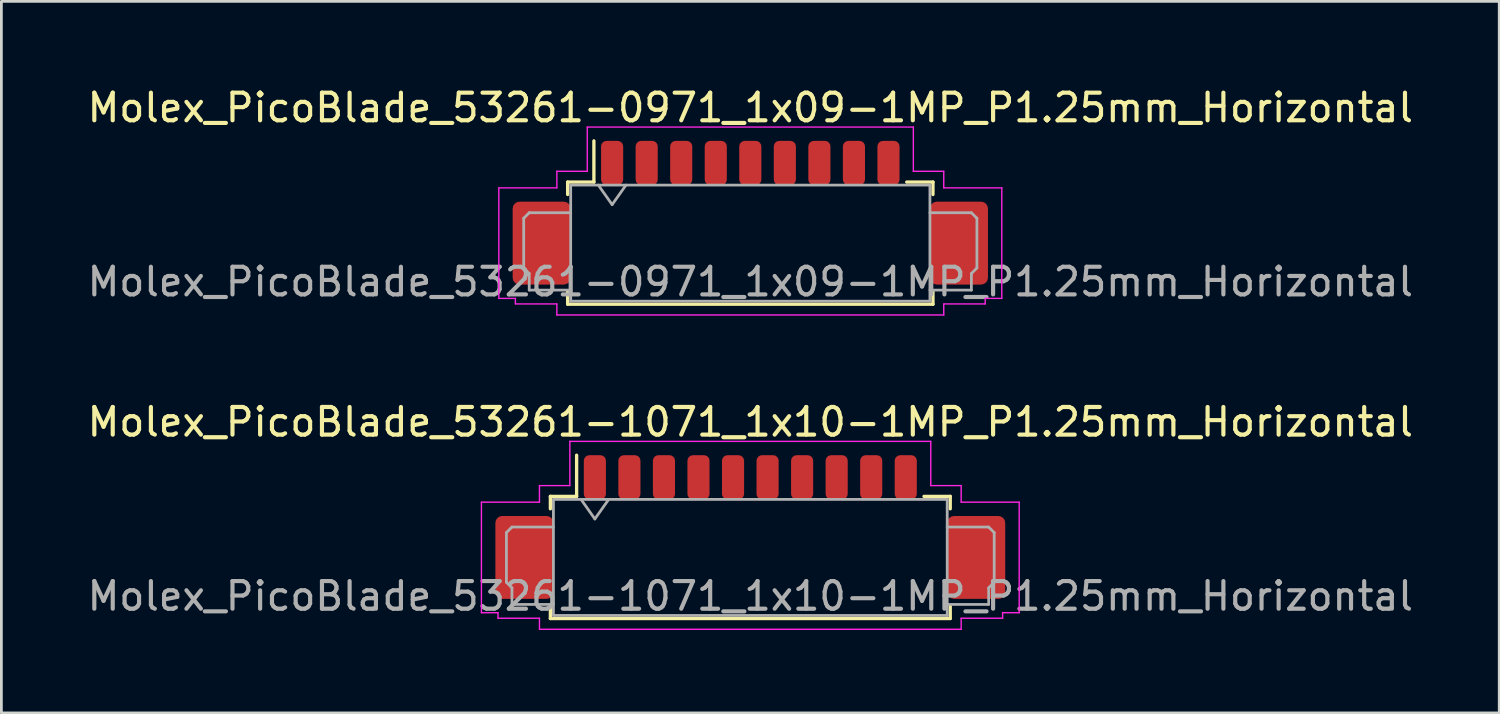
<source format=kicad_pcb>
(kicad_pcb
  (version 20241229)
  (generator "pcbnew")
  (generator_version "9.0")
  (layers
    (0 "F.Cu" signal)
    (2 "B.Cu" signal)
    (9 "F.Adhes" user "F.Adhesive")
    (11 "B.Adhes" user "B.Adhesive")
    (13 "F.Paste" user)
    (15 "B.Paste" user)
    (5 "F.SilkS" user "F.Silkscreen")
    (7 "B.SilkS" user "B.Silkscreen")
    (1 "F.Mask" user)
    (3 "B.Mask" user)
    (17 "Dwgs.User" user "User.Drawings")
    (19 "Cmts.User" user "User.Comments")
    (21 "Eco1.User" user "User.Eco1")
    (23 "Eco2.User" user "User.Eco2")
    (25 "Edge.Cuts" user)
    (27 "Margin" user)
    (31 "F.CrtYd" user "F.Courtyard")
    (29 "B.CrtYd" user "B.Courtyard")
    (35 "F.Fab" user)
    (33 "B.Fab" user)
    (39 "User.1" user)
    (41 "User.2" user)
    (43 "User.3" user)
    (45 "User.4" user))
  (footprint "Molex_PicoBlade_53261-1071_1x10-1MP_P1.25mm_Horizontal"
    (layer "F.Cu")
    (at 24.101 16.622)
    (property "Reference" "Molex_PicoBlade_53261-1071_1x10-1MP_P1.25mm_Horizontal" (at 0 -4.4 0) (layer "F.SilkS") (effects (font (size 1 1) (thickness 0.15))))
    (attr smd)
    (fp_line (start -7.235 -1.71) (end -6.285 -1.71) (stroke (width 0.12) (type solid)) (layer "F.SilkS"))
    (fp_line (start -7.235 -1.26) (end -7.235 -1.71) (stroke (width 0.12) (type solid)) (layer "F.SilkS"))
    (fp_line (start -7.235 2.26) (end -7.235 2.71) (stroke (width 0.12) (type solid)) (layer "F.SilkS"))
    (fp_line (start -7.235 2.71) (end 7.235 2.71) (stroke (width 0.12) (type solid)) (layer "F.SilkS"))
    (fp_line (start -6.285 -1.71) (end -6.285 -3.2) (stroke (width 0.12) (type solid)) (layer "F.SilkS"))
    (fp_line (start 7.235 -1.71) (end 6.285 -1.71) (stroke (width 0.12) (type solid)) (layer "F.SilkS"))
    (fp_line (start 7.235 -1.26) (end 7.235 -1.71) (stroke (width 0.12) (type solid)) (layer "F.SilkS"))
    (fp_line (start 7.235 2.71) (end 7.235 2.26) (stroke (width 0.12) (type solid)) (layer "F.SilkS"))
    (fp_line (start -9.73 -1.5) (end -7.63 -1.5) (stroke (width 0.05) (type solid)) (layer "F.CrtYd"))
    (fp_line (start -9.73 2.5) (end -9.73 -1.5) (stroke (width 0.05) (type solid)) (layer "F.CrtYd"))
    (fp_line (start -9.13 2.5) (end -9.73 2.5) (stroke (width 0.05) (type solid)) (layer "F.CrtYd"))
    (fp_line (start -9.13 2.7) (end -9.13 2.5) (stroke (width 0.05) (type solid)) (layer "F.CrtYd"))
    (fp_line (start -7.63 -2.1) (end -6.53 -2.1) (stroke (width 0.05) (type solid)) (layer "F.CrtYd"))
    (fp_line (start -7.63 -1.5) (end -7.63 -2.1) (stroke (width 0.05) (type solid)) (layer "F.CrtYd"))
    (fp_line (start -7.63 2.7) (end -9.13 2.7) (stroke (width 0.05) (type solid)) (layer "F.CrtYd"))
    (fp_line (start -7.63 3.1) (end -7.63 2.7) (stroke (width 0.05) (type solid)) (layer "F.CrtYd"))
    (fp_line (start -6.53 -3.7) (end 6.53 -3.7) (stroke (width 0.05) (type solid)) (layer "F.CrtYd"))
    (fp_line (start -6.53 -2.1) (end -6.53 -3.7) (stroke (width 0.05) (type solid)) (layer "F.CrtYd"))
    (fp_line (start 6.53 -3.7) (end 6.53 -2.1) (stroke (width 0.05) (type solid)) (layer "F.CrtYd"))
    (fp_line (start 6.53 -2.1) (end 7.63 -2.1) (stroke (width 0.05) (type solid)) (layer "F.CrtYd"))
    (fp_line (start 7.63 -2.1) (end 7.63 -1.5) (stroke (width 0.05) (type solid)) (layer "F.CrtYd"))
    (fp_line (start 7.63 -1.5) (end 9.73 -1.5) (stroke (width 0.05) (type solid)) (layer "F.CrtYd"))
    (fp_line (start 7.63 2.7) (end 7.63 3.1) (stroke (width 0.05) (type solid)) (layer "F.CrtYd"))
    (fp_line (start 7.63 3.1) (end -7.63 3.1) (stroke (width 0.05) (type solid)) (layer "F.CrtYd"))
    (fp_line (start 9.13 2.5) (end 9.13 2.7) (stroke (width 0.05) (type solid)) (layer "F.CrtYd"))
    (fp_line (start 9.13 2.7) (end 7.63 2.7) (stroke (width 0.05) (type solid)) (layer "F.CrtYd"))
    (fp_line (start 9.73 -1.5) (end 9.73 2.5) (stroke (width 0.05) (type solid)) (layer "F.CrtYd"))
    (fp_line (start 9.73 2.5) (end 9.13 2.5) (stroke (width 0.05) (type solid)) (layer "F.CrtYd"))
    (fp_line (start -8.825 -0.4) (end -8.825 1.4) (stroke (width 0.1) (type solid)) (layer "F.Fab"))
    (fp_line (start -8.825 1.4) (end -8.625 1.6) (stroke (width 0.1) (type solid)) (layer "F.Fab"))
    (fp_line (start -8.625 -0.6) (end -8.825 -0.4) (stroke (width 0.1) (type solid)) (layer "F.Fab"))
    (fp_line (start -8.625 1.6) (end -8.625 2.2) (stroke (width 0.1) (type solid)) (layer "F.Fab"))
    (fp_line (start -8.625 2.2) (end -7.125 2.2) (stroke (width 0.1) (type solid)) (layer "F.Fab"))
    (fp_line (start -7.125 -1.6) (end -7.125 2.6) (stroke (width 0.1) (type solid)) (layer "F.Fab"))
    (fp_line (start -7.125 -1.6) (end 7.125 -1.6) (stroke (width 0.1) (type solid)) (layer "F.Fab"))
    (fp_line (start -7.125 -0.6) (end -8.625 -0.6) (stroke (width 0.1) (type solid)) (layer "F.Fab"))
    (fp_line (start -7.125 2.6) (end 7.125 2.6) (stroke (width 0.1) (type solid)) (layer "F.Fab"))
    (fp_line (start -6.125 -1.6) (end -5.625 -0.893) (stroke (width 0.1) (type solid)) (layer "F.Fab"))
    (fp_line (start -5.625 -0.893) (end -5.125 -1.6) (stroke (width 0.1) (type solid)) (layer "F.Fab"))
    (fp_line (start 7.125 -1.6) (end 7.125 2.6) (stroke (width 0.1) (type solid)) (layer "F.Fab"))
    (fp_line (start 7.125 -0.6) (end 8.625 -0.6) (stroke (width 0.1) (type solid)) (layer "F.Fab"))
    (fp_line (start 8.625 -0.6) (end 8.825 -0.4) (stroke (width 0.1) (type solid)) (layer "F.Fab"))
    (fp_line (start 8.625 1.6) (end 8.625 2.2) (stroke (width 0.1) (type solid)) (layer "F.Fab"))
    (fp_line (start 8.625 2.2) (end 7.125 2.2) (stroke (width 0.1) (type solid)) (layer "F.Fab"))
    (fp_line (start 8.825 -0.4) (end 8.825 1.4) (stroke (width 0.1) (type solid)) (layer "F.Fab"))
    (fp_line (start 8.825 1.4) (end 8.625 1.6) (stroke (width 0.1) (type solid)) (layer "F.Fab"))
    (fp_text user "${REFERENCE}" (at 0 1.9 0) (layer "F.Fab") (effects (font (size 1 1) (thickness 0.15))))
    (pad "1" smd roundrect (at -5.625 -2.4) (size 0.8 1.6) (layers "F.Cu" "F.Mask" "F.Paste") (roundrect_rratio 0.25))
    (pad "2" smd roundrect (at -4.375 -2.4) (size 0.8 1.6) (layers "F.Cu" "F.Mask" "F.Paste") (roundrect_rratio 0.25))
    (pad "3" smd roundrect (at -3.125 -2.4) (size 0.8 1.6) (layers "F.Cu" "F.Mask" "F.Paste") (roundrect_rratio 0.25))
    (pad "4" smd roundrect (at -1.875 -2.4) (size 0.8 1.6) (layers "F.Cu" "F.Mask" "F.Paste") (roundrect_rratio 0.25))
    (pad "5" smd roundrect (at -0.625 -2.4) (size 0.8 1.6) (layers "F.Cu" "F.Mask" "F.Paste") (roundrect_rratio 0.25))
    (pad "6" smd roundrect (at 0.625 -2.4) (size 0.8 1.6) (layers "F.Cu" "F.Mask" "F.Paste") (roundrect_rratio 0.25))
    (pad "7" smd roundrect (at 1.875 -2.4) (size 0.8 1.6) (layers "F.Cu" "F.Mask" "F.Paste") (roundrect_rratio 0.25))
    (pad "8" smd roundrect (at 3.125 -2.4) (size 0.8 1.6) (layers "F.Cu" "F.Mask" "F.Paste") (roundrect_rratio 0.25))
    (pad "9" smd roundrect (at 4.375 -2.4) (size 0.8 1.6) (layers "F.Cu" "F.Mask" "F.Paste") (roundrect_rratio 0.25))
    (pad "10" smd roundrect (at 5.625 -2.4) (size 0.8 1.6) (layers "F.Cu" "F.Mask" "F.Paste") (roundrect_rratio 0.25))
    (pad "MP" smd roundrect (at -8.175 0.5) (size 2.1 3) (layers "F.Cu" "F.Mask" "F.Paste") (roundrect_rratio 0.119))
    (pad "MP" smd roundrect (at 8.175 0.5) (size 2.1 3) (layers "F.Cu" "F.Mask" "F.Paste") (roundrect_rratio 0.119)))
  (footprint "Molex_PicoBlade_53261-0971_1x09-1MP_P1.25mm_Horizontal"
    (layer "F.Cu")
    (at 24.101 5.248)
    (property "Reference" "Molex_PicoBlade_53261-0971_1x09-1MP_P1.25mm_Horizontal" (at 0 -4.4 0) (layer "F.SilkS") (effects (font (size 1 1) (thickness 0.15))))
    (attr smd)
    (fp_line (start -6.61 -1.71) (end -5.66 -1.71) (stroke (width 0.12) (type solid)) (layer "F.SilkS"))
    (fp_line (start -6.61 -1.26) (end -6.61 -1.71) (stroke (width 0.12) (type solid)) (layer "F.SilkS"))
    (fp_line (start -6.61 2.26) (end -6.61 2.71) (stroke (width 0.12) (type solid)) (layer "F.SilkS"))
    (fp_line (start -6.61 2.71) (end 6.61 2.71) (stroke (width 0.12) (type solid)) (layer "F.SilkS"))
    (fp_line (start -5.66 -1.71) (end -5.66 -3.2) (stroke (width 0.12) (type solid)) (layer "F.SilkS"))
    (fp_line (start 6.61 -1.71) (end 5.66 -1.71) (stroke (width 0.12) (type solid)) (layer "F.SilkS"))
    (fp_line (start 6.61 -1.26) (end 6.61 -1.71) (stroke (width 0.12) (type solid)) (layer "F.SilkS"))
    (fp_line (start 6.61 2.71) (end 6.61 2.26) (stroke (width 0.12) (type solid)) (layer "F.SilkS"))
    (fp_line (start -9.1 -1.5) (end -7 -1.5) (stroke (width 0.05) (type solid)) (layer "F.CrtYd"))
    (fp_line (start -9.1 2.5) (end -9.1 -1.5) (stroke (width 0.05) (type solid)) (layer "F.CrtYd"))
    (fp_line (start -8.5 2.5) (end -9.1 2.5) (stroke (width 0.05) (type solid)) (layer "F.CrtYd"))
    (fp_line (start -8.5 2.7) (end -8.5 2.5) (stroke (width 0.05) (type solid)) (layer "F.CrtYd"))
    (fp_line (start -7 -2.1) (end -5.9 -2.1) (stroke (width 0.05) (type solid)) (layer "F.CrtYd"))
    (fp_line (start -7 -1.5) (end -7 -2.1) (stroke (width 0.05) (type solid)) (layer "F.CrtYd"))
    (fp_line (start -7 2.7) (end -8.5 2.7) (stroke (width 0.05) (type solid)) (layer "F.CrtYd"))
    (fp_line (start -7 3.1) (end -7 2.7) (stroke (width 0.05) (type solid)) (layer "F.CrtYd"))
    (fp_line (start -5.9 -3.7) (end 5.9 -3.7) (stroke (width 0.05) (type solid)) (layer "F.CrtYd"))
    (fp_line (start -5.9 -2.1) (end -5.9 -3.7) (stroke (width 0.05) (type solid)) (layer "F.CrtYd"))
    (fp_line (start 5.9 -3.7) (end 5.9 -2.1) (stroke (width 0.05) (type solid)) (layer "F.CrtYd"))
    (fp_line (start 5.9 -2.1) (end 7 -2.1) (stroke (width 0.05) (type solid)) (layer "F.CrtYd"))
    (fp_line (start 7 -2.1) (end 7 -1.5) (stroke (width 0.05) (type solid)) (layer "F.CrtYd"))
    (fp_line (start 7 -1.5) (end 9.1 -1.5) (stroke (width 0.05) (type solid)) (layer "F.CrtYd"))
    (fp_line (start 7 2.7) (end 7 3.1) (stroke (width 0.05) (type solid)) (layer "F.CrtYd"))
    (fp_line (start 7 3.1) (end -7 3.1) (stroke (width 0.05) (type solid)) (layer "F.CrtYd"))
    (fp_line (start 8.5 2.5) (end 8.5 2.7) (stroke (width 0.05) (type solid)) (layer "F.CrtYd"))
    (fp_line (start 8.5 2.7) (end 7 2.7) (stroke (width 0.05) (type solid)) (layer "F.CrtYd"))
    (fp_line (start 9.1 -1.5) (end 9.1 2.5) (stroke (width 0.05) (type solid)) (layer "F.CrtYd"))
    (fp_line (start 9.1 2.5) (end 8.5 2.5) (stroke (width 0.05) (type solid)) (layer "F.CrtYd"))
    (fp_line (start -8.2 -0.4) (end -8.2 1.4) (stroke (width 0.1) (type solid)) (layer "F.Fab"))
    (fp_line (start -8.2 1.4) (end -8 1.6) (stroke (width 0.1) (type solid)) (layer "F.Fab"))
    (fp_line (start -8 -0.6) (end -8.2 -0.4) (stroke (width 0.1) (type solid)) (layer "F.Fab"))
    (fp_line (start -8 1.6) (end -8 2.2) (stroke (width 0.1) (type solid)) (layer "F.Fab"))
    (fp_line (start -8 2.2) (end -6.5 2.2) (stroke (width 0.1) (type solid)) (layer "F.Fab"))
    (fp_line (start -6.5 -1.6) (end -6.5 2.6) (stroke (width 0.1) (type solid)) (layer "F.Fab"))
    (fp_line (start -6.5 -1.6) (end 6.5 -1.6) (stroke (width 0.1) (type solid)) (layer "F.Fab"))
    (fp_line (start -6.5 -0.6) (end -8 -0.6) (stroke (width 0.1) (type solid)) (layer "F.Fab"))
    (fp_line (start -6.5 2.6) (end 6.5 2.6) (stroke (width 0.1) (type solid)) (layer "F.Fab"))
    (fp_line (start -5.5 -1.6) (end -5 -0.893) (stroke (width 0.1) (type solid)) (layer "F.Fab"))
    (fp_line (start -5 -0.893) (end -4.5 -1.6) (stroke (width 0.1) (type solid)) (layer "F.Fab"))
    (fp_line (start 6.5 -1.6) (end 6.5 2.6) (stroke (width 0.1) (type solid)) (layer "F.Fab"))
    (fp_line (start 6.5 -0.6) (end 8 -0.6) (stroke (width 0.1) (type solid)) (layer "F.Fab"))
    (fp_line (start 8 -0.6) (end 8.2 -0.4) (stroke (width 0.1) (type solid)) (layer "F.Fab"))
    (fp_line (start 8 1.6) (end 8 2.2) (stroke (width 0.1) (type solid)) (layer "F.Fab"))
    (fp_line (start 8 2.2) (end 6.5 2.2) (stroke (width 0.1) (type solid)) (layer "F.Fab"))
    (fp_line (start 8.2 -0.4) (end 8.2 1.4) (stroke (width 0.1) (type solid)) (layer "F.Fab"))
    (fp_line (start 8.2 1.4) (end 8 1.6) (stroke (width 0.1) (type solid)) (layer "F.Fab"))
    (fp_text user "${REFERENCE}" (at 0 1.9 0) (layer "F.Fab") (effects (font (size 1 1) (thickness 0.15))))
    (pad "1" smd roundrect (at -5 -2.4) (size 0.8 1.6) (layers "F.Cu" "F.Mask" "F.Paste") (roundrect_rratio 0.25))
    (pad "2" smd roundrect (at -3.75 -2.4) (size 0.8 1.6) (layers "F.Cu" "F.Mask" "F.Paste") (roundrect_rratio 0.25))
    (pad "3" smd roundrect (at -2.5 -2.4) (size 0.8 1.6) (layers "F.Cu" "F.Mask" "F.Paste") (roundrect_rratio 0.25))
    (pad "4" smd roundrect (at -1.25 -2.4) (size 0.8 1.6) (layers "F.Cu" "F.Mask" "F.Paste") (roundrect_rratio 0.25))
    (pad "5" smd roundrect (at 0 -2.4) (size 0.8 1.6) (layers "F.Cu" "F.Mask" "F.Paste") (roundrect_rratio 0.25))
    (pad "6" smd roundrect (at 1.25 -2.4) (size 0.8 1.6) (layers "F.Cu" "F.Mask" "F.Paste") (roundrect_rratio 0.25))
    (pad "7" smd roundrect (at 2.5 -2.4) (size 0.8 1.6) (layers "F.Cu" "F.Mask" "F.Paste") (roundrect_rratio 0.25))
    (pad "8" smd roundrect (at 3.75 -2.4) (size 0.8 1.6) (layers "F.Cu" "F.Mask" "F.Paste") (roundrect_rratio 0.25))
    (pad "9" smd roundrect (at 5 -2.4) (size 0.8 1.6) (layers "F.Cu" "F.Mask" "F.Paste") (roundrect_rratio 0.25))
    (pad "MP" smd roundrect (at -7.55 0.5) (size 2.1 3) (layers "F.Cu" "F.Mask" "F.Paste") (roundrect_rratio 0.119))
    (pad "MP" smd roundrect (at 7.55 0.5) (size 2.1 3) (layers "F.Cu" "F.Mask" "F.Paste") (roundrect_rratio 0.119)))
  (gr_rect
    (start -3 -3)
    (end 51.202 22.747)
    (stroke (width 0.1) (type default))
    (fill no)
    (layer "Edge.Cuts")))
</source>
